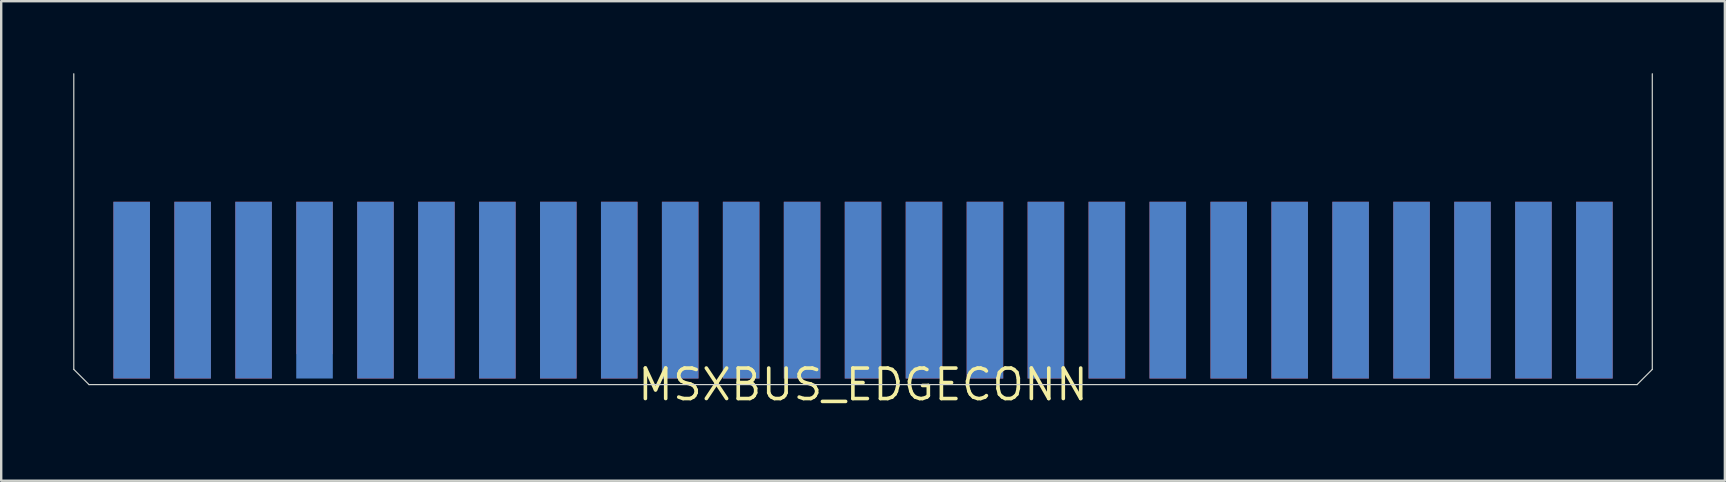
<source format=kicad_pcb>
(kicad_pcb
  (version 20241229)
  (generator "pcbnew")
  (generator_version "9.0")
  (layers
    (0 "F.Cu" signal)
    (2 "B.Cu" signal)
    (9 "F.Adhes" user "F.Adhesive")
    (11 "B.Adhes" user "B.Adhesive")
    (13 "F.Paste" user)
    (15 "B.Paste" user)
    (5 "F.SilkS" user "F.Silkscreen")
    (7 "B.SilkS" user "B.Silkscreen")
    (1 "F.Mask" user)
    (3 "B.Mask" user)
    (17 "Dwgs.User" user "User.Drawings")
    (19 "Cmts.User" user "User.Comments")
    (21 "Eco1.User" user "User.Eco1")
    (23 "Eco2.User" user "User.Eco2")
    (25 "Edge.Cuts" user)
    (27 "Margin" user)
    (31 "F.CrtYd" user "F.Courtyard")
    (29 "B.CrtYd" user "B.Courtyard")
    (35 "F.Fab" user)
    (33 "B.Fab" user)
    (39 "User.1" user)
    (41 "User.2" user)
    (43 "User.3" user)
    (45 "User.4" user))
  (footprint "MSXBUS_EDGECONN"
    (layer "F.Cu")
    (at 32.918 12.979)
    (property "Reference" "MSXBUS_EDGECONN" (at 0 0 0) (layer "F.SilkS") (effects (font (size 1.27 1.27) (thickness 0.15))))
    (fp_line (start -32.893 -12.954) (end -32.893 -0.635) (stroke (width 0.05) (type solid)) (layer "Edge.Cuts"))
    (fp_line (start -32.893 -0.635) (end -32.258 0) (stroke (width 0.05) (type solid)) (layer "Edge.Cuts"))
    (fp_line (start -32.258 0) (end 32.258 0) (stroke (width 0.05) (type solid)) (layer "Edge.Cuts"))
    (fp_line (start 32.258 0) (end 32.893 -0.635) (stroke (width 0.05) (type solid)) (layer "Edge.Cuts"))
    (fp_line (start 32.893 -0.635) (end 32.893 -12.954) (stroke (width 0.05) (type solid)) (layer "Edge.Cuts"))
    (pad "1" smd rect (at 30.48 -3.937 180) (size 1.524 7.366) (layers "B.Cu" "B.Mask"))
    (pad "2" smd rect (at 30.48 -3.937 180) (size 1.524 7.366) (layers "F.Cu" "F.Mask"))
    (pad "3" smd rect (at 27.94 -3.937 180) (size 1.524 7.366) (layers "B.Cu" "B.Mask"))
    (pad "4" smd rect (at 27.94 -3.937 180) (size 1.524 7.366) (layers "F.Cu" "F.Mask"))
    (pad "5" smd rect (at 25.4 -3.937 180) (size 1.524 7.366) (layers "B.Cu" "B.Mask"))
    (pad "6" smd rect (at 25.4 -3.937 180) (size 1.524 7.366) (layers "F.Cu" "F.Mask"))
    (pad "7" smd rect (at 22.86 -3.937 180) (size 1.524 7.366) (layers "B.Cu" "B.Mask"))
    (pad "8" smd rect (at 22.86 -3.937 180) (size 1.524 7.366) (layers "F.Cu" "F.Mask"))
    (pad "9" smd rect (at 20.32 -3.937 180) (size 1.524 7.366) (layers "B.Cu" "B.Mask"))
    (pad "10" smd rect (at 20.32 -3.937 180) (size 1.524 7.366) (layers "F.Cu" "F.Mask"))
    (pad "11" smd rect (at 17.78 -3.937 180) (size 1.524 7.366) (layers "B.Cu" "B.Mask"))
    (pad "12" smd rect (at 17.78 -3.937 180) (size 1.524 7.366) (layers "F.Cu" "F.Mask"))
    (pad "13" smd rect (at 15.24 -3.937 180) (size 1.524 7.366) (layers "B.Cu" "B.Mask"))
    (pad "14" smd rect (at 15.24 -3.937 180) (size 1.524 7.366) (layers "F.Cu" "F.Mask"))
    (pad "15" smd rect (at 12.7 -3.937 180) (size 1.524 7.366) (layers "B.Cu" "B.Mask"))
    (pad "16" smd rect (at 12.7 -3.937 180) (size 1.524 7.366) (layers "F.Cu" "F.Mask"))
    (pad "17" smd rect (at 10.16 -3.937 180) (size 1.524 7.366) (layers "B.Cu" "B.Mask"))
    (pad "18" smd rect (at 10.16 -3.937 180) (size 1.524 7.366) (layers "F.Cu" "F.Mask"))
    (pad "19" smd rect (at 7.62 -3.937 180) (size 1.524 7.366) (layers "B.Cu" "B.Mask"))
    (pad "20" smd rect (at 7.62 -3.937 180) (size 1.524 7.366) (layers "F.Cu" "F.Mask"))
    (pad "21" smd rect (at 5.08 -3.937 180) (size 1.524 7.366) (layers "B.Cu" "B.Mask"))
    (pad "22" smd rect (at 5.08 -3.937 180) (size 1.524 7.366) (layers "F.Cu" "F.Mask"))
    (pad "23" smd rect (at 2.54 -3.937 180) (size 1.524 7.366) (layers "B.Cu" "B.Mask"))
    (pad "24" smd rect (at 2.54 -3.937 180) (size 1.524 7.366) (layers "F.Cu" "F.Mask"))
    (pad "25" smd rect (at 0 -3.937 180) (size 1.524 7.366) (layers "B.Cu" "B.Mask"))
    (pad "26" smd rect (at 0 -3.937 180) (size 1.524 7.366) (layers "F.Cu" "F.Mask"))
    (pad "27" smd rect (at -2.54 -3.937 180) (size 1.524 7.366) (layers "B.Cu" "B.Mask"))
    (pad "28" smd rect (at -2.54 -3.937 180) (size 1.524 7.366) (layers "F.Cu" "F.Mask"))
    (pad "29" smd rect (at -5.08 -3.937 180) (size 1.524 7.366) (layers "B.Cu" "B.Mask"))
    (pad "30" smd rect (at -5.08 -3.937 180) (size 1.524 7.366) (layers "F.Cu" "F.Mask"))
    (pad "31" smd rect (at -7.62 -3.937 180) (size 1.524 7.366) (layers "B.Cu" "B.Mask"))
    (pad "32" smd rect (at -7.62 -3.937 180) (size 1.524 7.366) (layers "F.Cu" "F.Mask"))
    (pad "33" smd rect (at -10.16 -3.937 180) (size 1.524 7.366) (layers "B.Cu" "B.Mask"))
    (pad "34" smd rect (at -10.16 -3.937 180) (size 1.524 7.366) (layers "F.Cu" "F.Mask"))
    (pad "35" smd rect (at -12.7 -3.937 180) (size 1.524 7.366) (layers "B.Cu" "B.Mask"))
    (pad "36" smd rect (at -12.7 -3.937 180) (size 1.524 7.366) (layers "F.Cu" "F.Mask"))
    (pad "37" smd rect (at -15.24 -3.937 180) (size 1.524 7.366) (layers "B.Cu" "B.Mask"))
    (pad "38" smd rect (at -15.24 -3.937 180) (size 1.524 7.366) (layers "F.Cu" "F.Mask"))
    (pad "39" smd rect (at -17.78 -3.937 180) (size 1.524 7.366) (layers "B.Cu" "B.Mask"))
    (pad "40" smd rect (at -17.78 -3.937 180) (size 1.524 7.366) (layers "F.Cu" "F.Mask"))
    (pad "41" smd rect (at -20.32 -3.937 180) (size 1.524 7.366) (layers "B.Cu" "B.Mask"))
    (pad "42" smd rect (at -20.32 -3.937 180) (size 1.524 7.366) (layers "F.Cu" "F.Mask"))
    (pad "43" smd rect (at -22.86 -3.937 180) (size 1.524 7.366) (layers "B.Cu" "B.Mask"))
    (pad "44" smd rect (at -22.86 -4.445 180) (size 1.524 6.35) (layers "F.Cu" "F.Mask"))
    (pad "45" smd rect (at -25.4 -3.937 180) (size 1.524 7.366) (layers "B.Cu" "B.Mask"))
    (pad "46" smd rect (at -25.4 -3.937 180) (size 1.524 7.366) (layers "F.Cu" "F.Mask"))
    (pad "47" smd rect (at -27.94 -3.937 180) (size 1.524 7.366) (layers "B.Cu" "B.Mask"))
    (pad "48" smd rect (at -27.94 -3.937 180) (size 1.524 7.366) (layers "F.Cu" "F.Mask"))
    (pad "49" smd rect (at -30.48 -3.937 180) (size 1.524 7.366) (layers "B.Cu" "B.Mask"))
    (pad "50" smd rect (at -30.48 -3.937 180) (size 1.524 7.366) (layers "F.Cu" "F.Mask")))
  (gr_rect
    (start -3 -3)
    (end 68.836 16.985)
    (stroke (width 0.1) (type default))
    (fill no)
    (layer "Edge.Cuts")))
</source>
